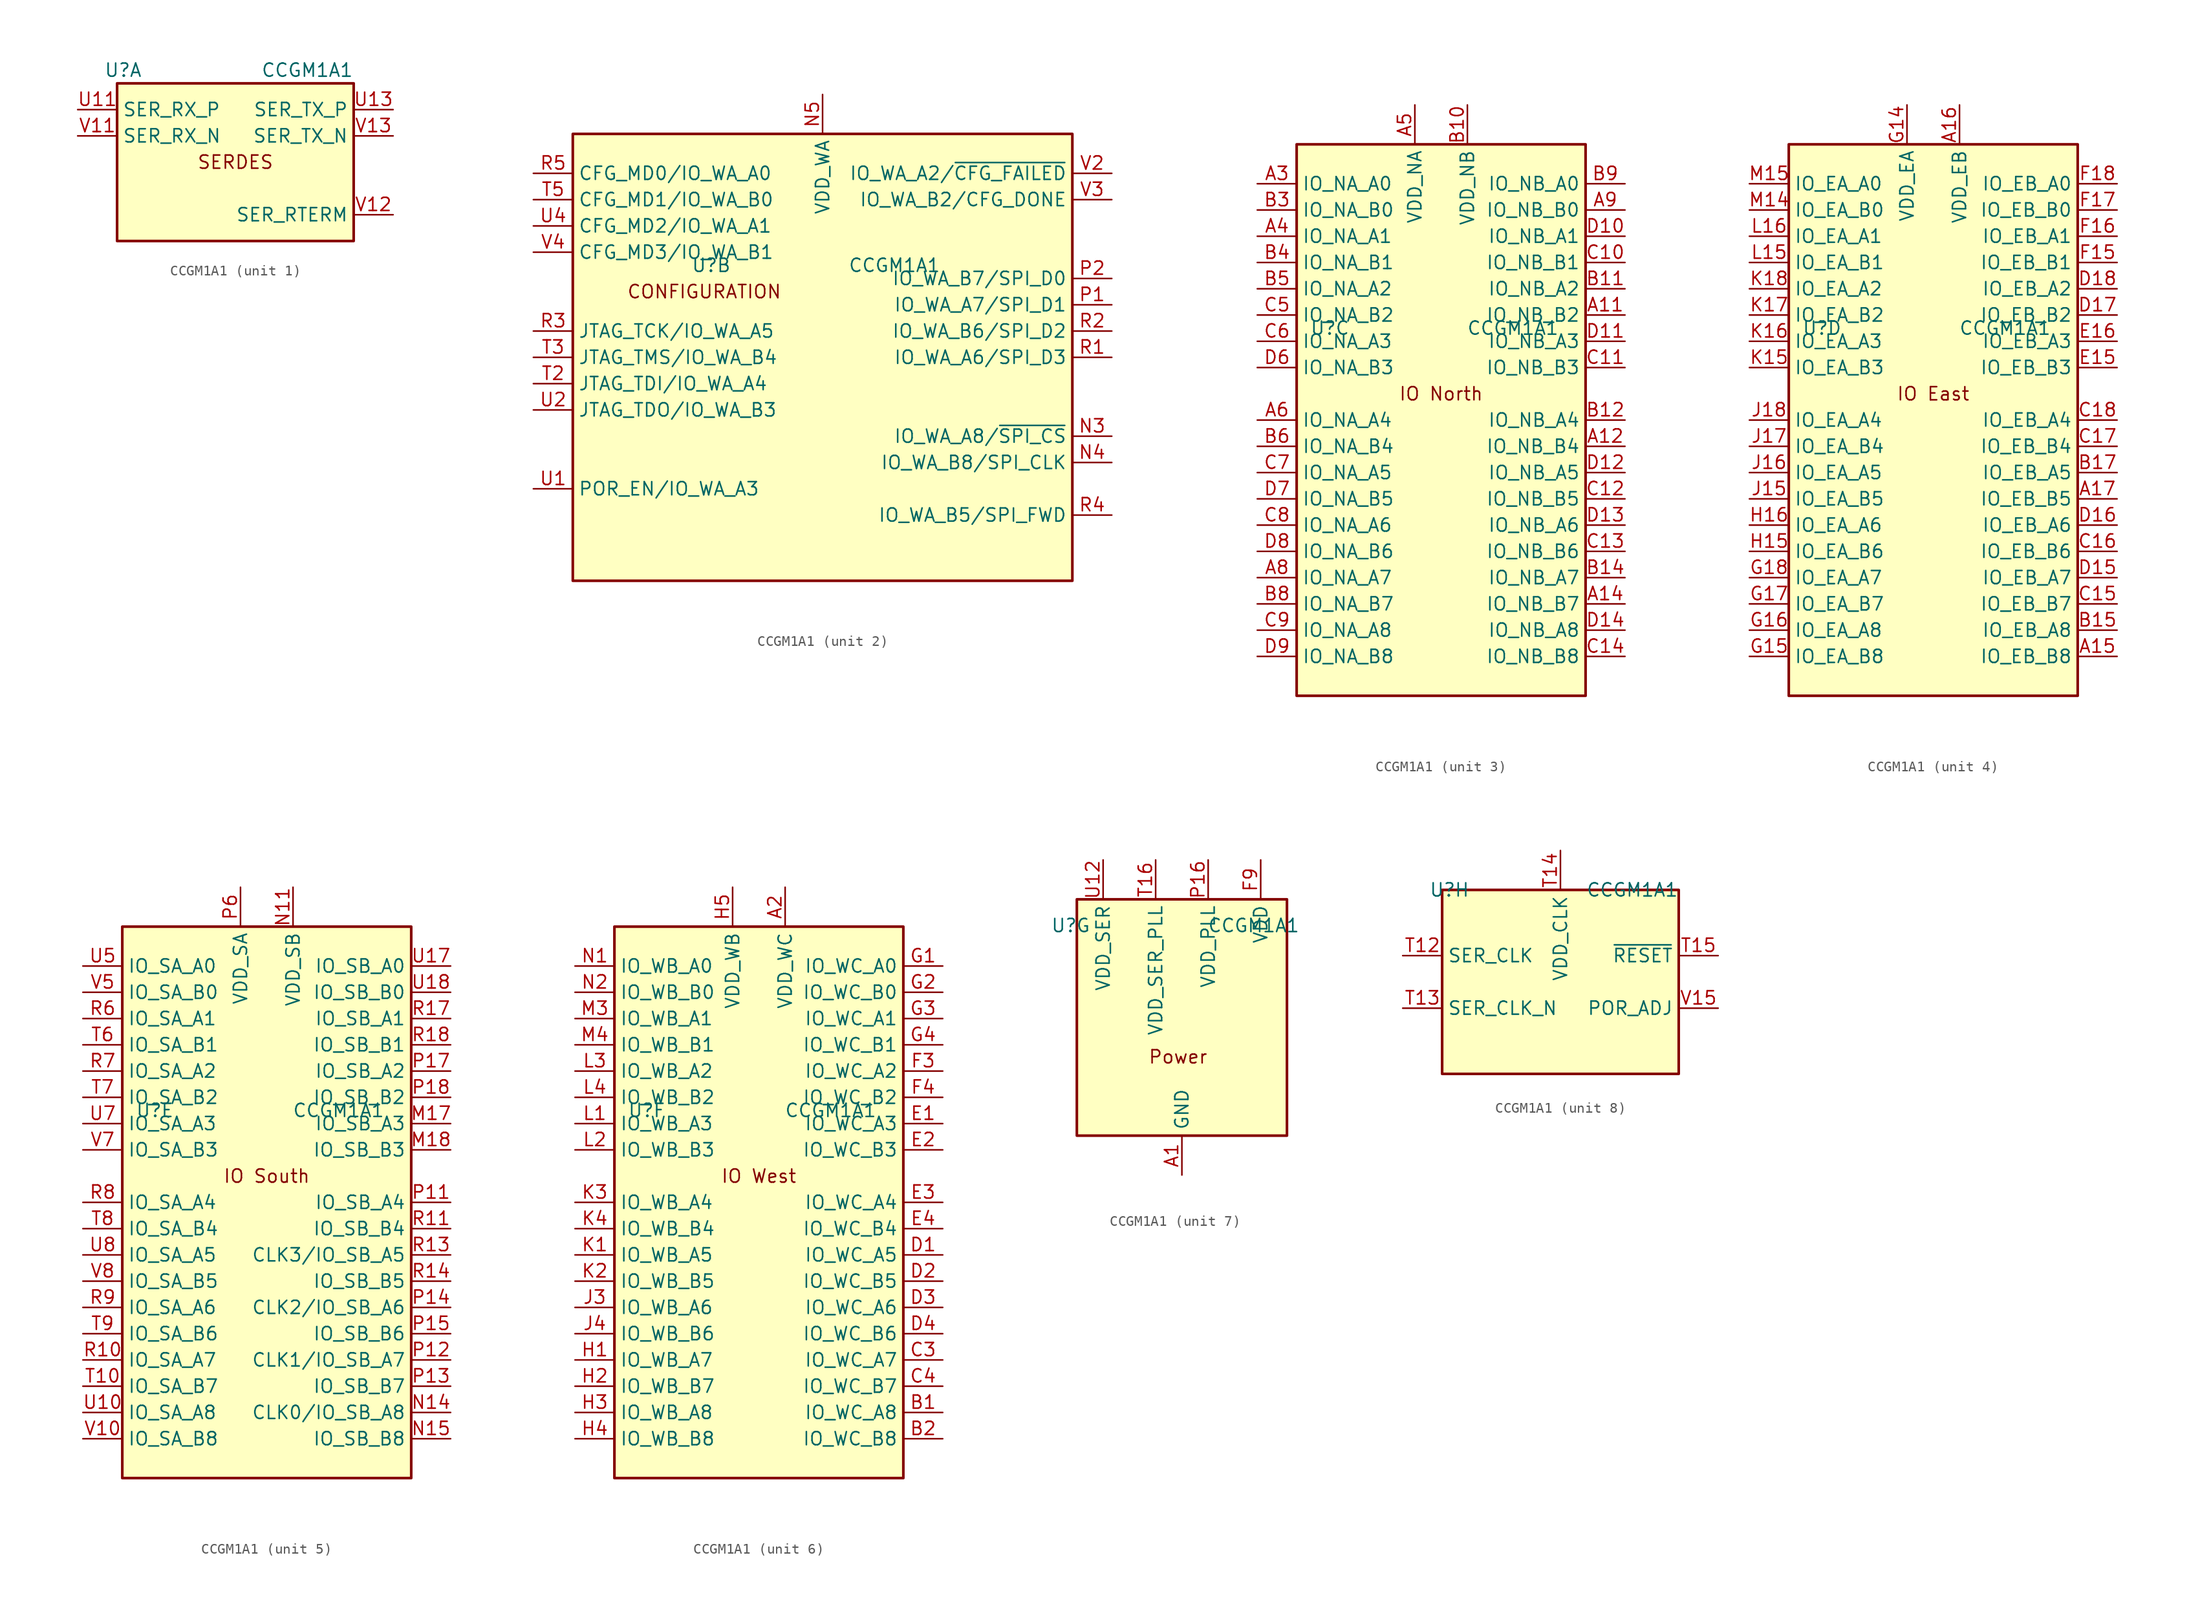
<source format=kicad_sym>
(kicad_symbol_lib
  (version 20241209)
  (generator "kicad_symbol_editor")
  (generator_version "9.0")
  (symbol "CCGM1A1"
    (property "Reference" "U"
      (at -12.7 8.89 0)
      (effects (font (size 1.27 1.27)) (justify left)))
    (property "Value" "CCGM1A1"
      (at 11.43 8.89 0)
      (effects (font (size 1.27 1.27)) (justify right)))
    (property "ki_locked" ""
      (at 0 0 0)
      (effects (font (size 1.27 1.27))))
    (symbol "CCGM1A1_1_1"
      (rectangle (start -11.43 7.62) (end 11.43 -7.62) (stroke (width 0.254) (type default)) (fill (type background)))
      (text "SERDES" (at 0 0 0) (effects (font (size 1.27 1.27))))
      (pin input line (at -15.24 5.08 0) (length 3.81) (name "SER_RX_P" (effects (font (size 1.27 1.27)))) (number "U11" (effects (font (size 1.27 1.27)))))
      (pin input line (at -15.24 2.54 0) (length 3.81) (name "SER_RX_N" (effects (font (size 1.27 1.27)))) (number "V11" (effects (font (size 1.27 1.27)))))
      (pin output line (at 15.24 5.08 180) (length 3.81) (name "SER_TX_P" (effects (font (size 1.27 1.27)))) (number "U13" (effects (font (size 1.27 1.27)))))
      (pin output line (at 15.24 2.54 180) (length 3.81) (name "SER_TX_N" (effects (font (size 1.27 1.27)))) (number "V13" (effects (font (size 1.27 1.27)))))
      (pin passive line (at 15.24 -5.08 180) (length 3.81) (name "SER_RTERM" (effects (font (size 1.27 1.27)))) (number "V12" (effects (font (size 1.27 1.27))))))
    (symbol "CCGM1A1_2_1"
      (rectangle (start 24.13 21.59) (end -24.13 -21.59) (stroke (width 0.254) (type default)) (fill (type background)))
      (text "CONFIGURATION" (at -11.43 6.35 0) (effects (font (size 1.27 1.27))))
      (pin bidirectional line (at -27.94 17.78 0) (length 3.81) (name "CFG_MD0/IO_WA_A0" (effects (font (size 1.27 1.27)))) (number "R5" (effects (font (size 1.27 1.27)))))
      (pin bidirectional line (at -27.94 15.24 0) (length 3.81) (name "CFG_MD1/IO_WA_B0" (effects (font (size 1.27 1.27)))) (number "T5" (effects (font (size 1.27 1.27)))))
      (pin bidirectional line (at -27.94 12.7 0) (length 3.81) (name "CFG_MD2/IO_WA_A1" (effects (font (size 1.27 1.27)))) (number "U4" (effects (font (size 1.27 1.27)))))
      (pin bidirectional line (at -27.94 10.16 0) (length 3.81) (name "CFG_MD3/IO_WA_B1" (effects (font (size 1.27 1.27)))) (number "V4" (effects (font (size 1.27 1.27)))))
      (pin bidirectional line (at -27.94 2.54 0) (length 3.81) (name "JTAG_TCK/IO_WA_A5" (effects (font (size 1.27 1.27)))) (number "R3" (effects (font (size 1.27 1.27)))))
      (pin bidirectional line (at -27.94 0 0) (length 3.81) (name "JTAG_TMS/IO_WA_B4" (effects (font (size 1.27 1.27)))) (number "T3" (effects (font (size 1.27 1.27)))))
      (pin bidirectional line (at -27.94 -2.54 0) (length 3.81) (name "JTAG_TDI/IO_WA_A4" (effects (font (size 1.27 1.27)))) (number "T2" (effects (font (size 1.27 1.27)))))
      (pin bidirectional line (at -27.94 -5.08 0) (length 3.81) (name "JTAG_TDO/IO_WA_B3" (effects (font (size 1.27 1.27)))) (number "U2" (effects (font (size 1.27 1.27)))))
      (pin bidirectional line (at -27.94 -12.7 0) (length 3.81) (name "POR_EN/IO_WA_A3" (effects (font (size 1.27 1.27)))) (number "U1" (effects (font (size 1.27 1.27)))))
      (pin power_in line (at 0 25.4 270) (length 3.81) (name "VDD_WA" (effects (font (size 1.27 1.27)))) (number "N5" (effects (font (size 1.27 1.27)))))
      (pin passive line (at 0 25.4 270) (length 3.81) (hide yes) (name "VDD_WA" (effects (font (size 1.27 1.27)))) (number "P3" (effects (font (size 1.27 1.27)))))
      (pin passive line (at 0 25.4 270) (length 3.81) (hide yes) (name "VDD_WA" (effects (font (size 1.27 1.27)))) (number "P5" (effects (font (size 1.27 1.27)))))
      (pin passive line (at 0 25.4 270) (length 3.81) (hide yes) (name "VDD_WA" (effects (font (size 1.27 1.27)))) (number "T1" (effects (font (size 1.27 1.27)))))
      (pin passive line (at 0 25.4 270) (length 3.81) (hide yes) (name "VDD_WA" (effects (font (size 1.27 1.27)))) (number "U3" (effects (font (size 1.27 1.27)))))
      (pin bidirectional line (at 27.94 17.78 180) (length 3.81) (name "IO_WA_A2/~{CFG_FAILED}" (effects (font (size 1.27 1.27)))) (number "V2" (effects (font (size 1.27 1.27)))))
      (pin bidirectional line (at 27.94 15.24 180) (length 3.81) (name "IO_WA_B2/CFG_DONE" (effects (font (size 1.27 1.27)))) (number "V3" (effects (font (size 1.27 1.27)))))
      (pin bidirectional line (at 27.94 7.62 180) (length 3.81) (name "IO_WA_B7/SPI_D0" (effects (font (size 1.27 1.27)))) (number "P2" (effects (font (size 1.27 1.27)))))
      (pin bidirectional line (at 27.94 5.08 180) (length 3.81) (name "IO_WA_A7/SPI_D1" (effects (font (size 1.27 1.27)))) (number "P1" (effects (font (size 1.27 1.27)))))
      (pin bidirectional line (at 27.94 2.54 180) (length 3.81) (name "IO_WA_B6/SPI_D2" (effects (font (size 1.27 1.27)))) (number "R2" (effects (font (size 1.27 1.27)))))
      (pin bidirectional line (at 27.94 0 180) (length 3.81) (name "IO_WA_A6/SPI_D3" (effects (font (size 1.27 1.27)))) (number "R1" (effects (font (size 1.27 1.27)))))
      (pin bidirectional line (at 27.94 -7.62 180) (length 3.81) (name "IO_WA_A8/~{SPI_CS}" (effects (font (size 1.27 1.27)))) (number "N3" (effects (font (size 1.27 1.27)))))
      (pin bidirectional line (at 27.94 -10.16 180) (length 3.81) (name "IO_WA_B8/SPI_CLK" (effects (font (size 1.27 1.27)))) (number "N4" (effects (font (size 1.27 1.27)))))
      (pin bidirectional line (at 27.94 -15.24 180) (length 3.81) (name "IO_WA_B5/SPI_FWD" (effects (font (size 1.27 1.27)))) (number "R4" (effects (font (size 1.27 1.27))))))
    (symbol "CCGM1A1_3_1"
      (rectangle (start -13.97 -26.67) (end 13.97 26.67) (stroke (width 0.254) (type default)) (fill (type background)))
      (text "IO North" (at 0 2.54 0) (effects (font (size 1.27 1.27))))
      (pin bidirectional line (at -17.78 22.86 0) (length 3.81) (name "IO_NA_A0" (effects (font (size 1.27 1.27)))) (number "A3" (effects (font (size 1.27 1.27)))))
      (pin bidirectional line (at -17.78 20.32 0) (length 3.81) (name "IO_NA_B0" (effects (font (size 1.27 1.27)))) (number "B3" (effects (font (size 1.27 1.27)))))
      (pin bidirectional line (at -17.78 17.78 0) (length 3.81) (name "IO_NA_A1" (effects (font (size 1.27 1.27)))) (number "A4" (effects (font (size 1.27 1.27)))))
      (pin bidirectional line (at -17.78 15.24 0) (length 3.81) (name "IO_NA_B1" (effects (font (size 1.27 1.27)))) (number "B4" (effects (font (size 1.27 1.27)))))
      (pin bidirectional line (at -17.78 12.7 0) (length 3.81) (name "IO_NA_A2" (effects (font (size 1.27 1.27)))) (number "B5" (effects (font (size 1.27 1.27)))))
      (pin bidirectional line (at -17.78 10.16 0) (length 3.81) (name "IO_NA_B2" (effects (font (size 1.27 1.27)))) (number "C5" (effects (font (size 1.27 1.27)))))
      (pin bidirectional line (at -17.78 7.62 0) (length 3.81) (name "IO_NA_A3" (effects (font (size 1.27 1.27)))) (number "C6" (effects (font (size 1.27 1.27)))))
      (pin bidirectional line (at -17.78 5.08 0) (length 3.81) (name "IO_NA_B3" (effects (font (size 1.27 1.27)))) (number "D6" (effects (font (size 1.27 1.27)))))
      (pin bidirectional line (at -17.78 0 0) (length 3.81) (name "IO_NA_A4" (effects (font (size 1.27 1.27)))) (number "A6" (effects (font (size 1.27 1.27)))))
      (pin bidirectional line (at -17.78 -2.54 0) (length 3.81) (name "IO_NA_B4" (effects (font (size 1.27 1.27)))) (number "B6" (effects (font (size 1.27 1.27)))))
      (pin bidirectional line (at -17.78 -5.08 0) (length 3.81) (name "IO_NA_A5" (effects (font (size 1.27 1.27)))) (number "C7" (effects (font (size 1.27 1.27)))))
      (pin bidirectional line (at -17.78 -7.62 0) (length 3.81) (name "IO_NA_B5" (effects (font (size 1.27 1.27)))) (number "D7" (effects (font (size 1.27 1.27)))))
      (pin bidirectional line (at -17.78 -10.16 0) (length 3.81) (name "IO_NA_A6" (effects (font (size 1.27 1.27)))) (number "C8" (effects (font (size 1.27 1.27)))))
      (pin bidirectional line (at -17.78 -12.7 0) (length 3.81) (name "IO_NA_B6" (effects (font (size 1.27 1.27)))) (number "D8" (effects (font (size 1.27 1.27)))))
      (pin bidirectional line (at -17.78 -15.24 0) (length 3.81) (name "IO_NA_A7" (effects (font (size 1.27 1.27)))) (number "A8" (effects (font (size 1.27 1.27)))))
      (pin bidirectional line (at -17.78 -17.78 0) (length 3.81) (name "IO_NA_B7" (effects (font (size 1.27 1.27)))) (number "B8" (effects (font (size 1.27 1.27)))))
      (pin bidirectional line (at -17.78 -20.32 0) (length 3.81) (name "IO_NA_A8" (effects (font (size 1.27 1.27)))) (number "C9" (effects (font (size 1.27 1.27)))))
      (pin bidirectional line (at -17.78 -22.86 0) (length 3.81) (name "IO_NA_B8" (effects (font (size 1.27 1.27)))) (number "D9" (effects (font (size 1.27 1.27)))))
      (pin power_in line (at -2.54 30.48 270) (length 3.81) (name "VDD_NA" (effects (font (size 1.27 1.27)))) (number "A5" (effects (font (size 1.27 1.27)))))
      (pin passive line (at -2.54 30.48 270) (length 3.81) (hide yes) (name "VDD_NA" (effects (font (size 1.27 1.27)))) (number "B7" (effects (font (size 1.27 1.27)))))
      (pin passive line (at -2.54 30.48 270) (length 3.81) (hide yes) (name "VDD_NA" (effects (font (size 1.27 1.27)))) (number "E6" (effects (font (size 1.27 1.27)))))
      (pin passive line (at -2.54 30.48 270) (length 3.81) (hide yes) (name "VDD_NA" (effects (font (size 1.27 1.27)))) (number "E8" (effects (font (size 1.27 1.27)))))
      (pin passive line (at -2.54 30.48 270) (length 3.81) (hide yes) (name "VDD_NA" (effects (font (size 1.27 1.27)))) (number "F7" (effects (font (size 1.27 1.27)))))
      (pin power_in line (at 2.54 30.48 270) (length 3.81) (name "VDD_NB" (effects (font (size 1.27 1.27)))) (number "B10" (effects (font (size 1.27 1.27)))))
      (pin passive line (at 2.54 30.48 270) (length 3.81) (hide yes) (name "VDD_NB" (effects (font (size 1.27 1.27)))) (number "B13" (effects (font (size 1.27 1.27)))))
      (pin passive line (at 2.54 30.48 270) (length 3.81) (hide yes) (name "VDD_NB" (effects (font (size 1.27 1.27)))) (number "E10" (effects (font (size 1.27 1.27)))))
      (pin passive line (at 2.54 30.48 270) (length 3.81) (hide yes) (name "VDD_NB" (effects (font (size 1.27 1.27)))) (number "E12" (effects (font (size 1.27 1.27)))))
      (pin passive line (at 2.54 30.48 270) (length 3.81) (hide yes) (name "VDD_NB" (effects (font (size 1.27 1.27)))) (number "F11" (effects (font (size 1.27 1.27)))))
      (pin bidirectional line (at 17.78 22.86 180) (length 3.81) (name "IO_NB_A0" (effects (font (size 1.27 1.27)))) (number "B9" (effects (font (size 1.27 1.27)))))
      (pin bidirectional line (at 17.78 20.32 180) (length 3.81) (name "IO_NB_B0" (effects (font (size 1.27 1.27)))) (number "A9" (effects (font (size 1.27 1.27)))))
      (pin bidirectional line (at 17.78 17.78 180) (length 3.81) (name "IO_NB_A1" (effects (font (size 1.27 1.27)))) (number "D10" (effects (font (size 1.27 1.27)))))
      (pin bidirectional line (at 17.78 15.24 180) (length 3.81) (name "IO_NB_B1" (effects (font (size 1.27 1.27)))) (number "C10" (effects (font (size 1.27 1.27)))))
      (pin bidirectional line (at 17.78 12.7 180) (length 3.81) (name "IO_NB_A2" (effects (font (size 1.27 1.27)))) (number "B11" (effects (font (size 1.27 1.27)))))
      (pin bidirectional line (at 17.78 10.16 180) (length 3.81) (name "IO_NB_B2" (effects (font (size 1.27 1.27)))) (number "A11" (effects (font (size 1.27 1.27)))))
      (pin bidirectional line (at 17.78 7.62 180) (length 3.81) (name "IO_NB_A3" (effects (font (size 1.27 1.27)))) (number "D11" (effects (font (size 1.27 1.27)))))
      (pin bidirectional line (at 17.78 5.08 180) (length 3.81) (name "IO_NB_B3" (effects (font (size 1.27 1.27)))) (number "C11" (effects (font (size 1.27 1.27)))))
      (pin bidirectional line (at 17.78 0 180) (length 3.81) (name "IO_NB_A4" (effects (font (size 1.27 1.27)))) (number "B12" (effects (font (size 1.27 1.27)))))
      (pin bidirectional line (at 17.78 -2.54 180) (length 3.81) (name "IO_NB_B4" (effects (font (size 1.27 1.27)))) (number "A12" (effects (font (size 1.27 1.27)))))
      (pin bidirectional line (at 17.78 -5.08 180) (length 3.81) (name "IO_NB_A5" (effects (font (size 1.27 1.27)))) (number "D12" (effects (font (size 1.27 1.27)))))
      (pin bidirectional line (at 17.78 -7.62 180) (length 3.81) (name "IO_NB_B5" (effects (font (size 1.27 1.27)))) (number "C12" (effects (font (size 1.27 1.27)))))
      (pin bidirectional line (at 17.78 -10.16 180) (length 3.81) (name "IO_NB_A6" (effects (font (size 1.27 1.27)))) (number "D13" (effects (font (size 1.27 1.27)))))
      (pin bidirectional line (at 17.78 -12.7 180) (length 3.81) (name "IO_NB_B6" (effects (font (size 1.27 1.27)))) (number "C13" (effects (font (size 1.27 1.27)))))
      (pin bidirectional line (at 17.78 -15.24 180) (length 3.81) (name "IO_NB_A7" (effects (font (size 1.27 1.27)))) (number "B14" (effects (font (size 1.27 1.27)))))
      (pin bidirectional line (at 17.78 -17.78 180) (length 3.81) (name "IO_NB_B7" (effects (font (size 1.27 1.27)))) (number "A14" (effects (font (size 1.27 1.27)))))
      (pin bidirectional line (at 17.78 -20.32 180) (length 3.81) (name "IO_NB_A8" (effects (font (size 1.27 1.27)))) (number "D14" (effects (font (size 1.27 1.27)))))
      (pin bidirectional line (at 17.78 -22.86 180) (length 3.81) (name "IO_NB_B8" (effects (font (size 1.27 1.27)))) (number "C14" (effects (font (size 1.27 1.27))))))
    (symbol "CCGM1A1_4_1"
      (rectangle (start -13.97 -26.67) (end 13.97 26.67) (stroke (width 0.254) (type default)) (fill (type background)))
      (text "IO East" (at 0 2.54 0) (effects (font (size 1.27 1.27))))
      (pin bidirectional line (at -17.78 22.86 0) (length 3.81) (name "IO_EA_A0" (effects (font (size 1.27 1.27)))) (number "M15" (effects (font (size 1.27 1.27)))))
      (pin bidirectional line (at -17.78 20.32 0) (length 3.81) (name "IO_EA_B0" (effects (font (size 1.27 1.27)))) (number "M14" (effects (font (size 1.27 1.27)))))
      (pin bidirectional line (at -17.78 17.78 0) (length 3.81) (name "IO_EA_A1" (effects (font (size 1.27 1.27)))) (number "L16" (effects (font (size 1.27 1.27)))))
      (pin bidirectional line (at -17.78 15.24 0) (length 3.81) (name "IO_EA_B1" (effects (font (size 1.27 1.27)))) (number "L15" (effects (font (size 1.27 1.27)))))
      (pin bidirectional line (at -17.78 12.7 0) (length 3.81) (name "IO_EA_A2" (effects (font (size 1.27 1.27)))) (number "K18" (effects (font (size 1.27 1.27)))))
      (pin bidirectional line (at -17.78 10.16 0) (length 3.81) (name "IO_EA_B2" (effects (font (size 1.27 1.27)))) (number "K17" (effects (font (size 1.27 1.27)))))
      (pin bidirectional line (at -17.78 7.62 0) (length 3.81) (name "IO_EA_A3" (effects (font (size 1.27 1.27)))) (number "K16" (effects (font (size 1.27 1.27)))))
      (pin bidirectional line (at -17.78 5.08 0) (length 3.81) (name "IO_EA_B3" (effects (font (size 1.27 1.27)))) (number "K15" (effects (font (size 1.27 1.27)))))
      (pin bidirectional line (at -17.78 0 0) (length 3.81) (name "IO_EA_A4" (effects (font (size 1.27 1.27)))) (number "J18" (effects (font (size 1.27 1.27)))))
      (pin bidirectional line (at -17.78 -2.54 0) (length 3.81) (name "IO_EA_B4" (effects (font (size 1.27 1.27)))) (number "J17" (effects (font (size 1.27 1.27)))))
      (pin bidirectional line (at -17.78 -5.08 0) (length 3.81) (name "IO_EA_A5" (effects (font (size 1.27 1.27)))) (number "J16" (effects (font (size 1.27 1.27)))))
      (pin bidirectional line (at -17.78 -7.62 0) (length 3.81) (name "IO_EA_B5" (effects (font (size 1.27 1.27)))) (number "J15" (effects (font (size 1.27 1.27)))))
      (pin bidirectional line (at -17.78 -10.16 0) (length 3.81) (name "IO_EA_A6" (effects (font (size 1.27 1.27)))) (number "H16" (effects (font (size 1.27 1.27)))))
      (pin bidirectional line (at -17.78 -12.7 0) (length 3.81) (name "IO_EA_B6" (effects (font (size 1.27 1.27)))) (number "H15" (effects (font (size 1.27 1.27)))))
      (pin bidirectional line (at -17.78 -15.24 0) (length 3.81) (name "IO_EA_A7" (effects (font (size 1.27 1.27)))) (number "G18" (effects (font (size 1.27 1.27)))))
      (pin bidirectional line (at -17.78 -17.78 0) (length 3.81) (name "IO_EA_B7" (effects (font (size 1.27 1.27)))) (number "G17" (effects (font (size 1.27 1.27)))))
      (pin bidirectional line (at -17.78 -20.32 0) (length 3.81) (name "IO_EA_A8" (effects (font (size 1.27 1.27)))) (number "G16" (effects (font (size 1.27 1.27)))))
      (pin bidirectional line (at -17.78 -22.86 0) (length 3.81) (name "IO_EA_B8" (effects (font (size 1.27 1.27)))) (number "G15" (effects (font (size 1.27 1.27)))))
      (pin power_in line (at -2.54 30.48 270) (length 3.81) (name "VDD_EA" (effects (font (size 1.27 1.27)))) (number "G14" (effects (font (size 1.27 1.27)))))
      (pin passive line (at -2.54 30.48 270) (length 3.81) (hide yes) (name "VDD_EA" (effects (font (size 1.27 1.27)))) (number "H17" (effects (font (size 1.27 1.27)))))
      (pin passive line (at -2.54 30.48 270) (length 3.81) (hide yes) (name "VDD_EA" (effects (font (size 1.27 1.27)))) (number "J14" (effects (font (size 1.27 1.27)))))
      (pin passive line (at -2.54 30.48 270) (length 3.81) (hide yes) (name "VDD_EA" (effects (font (size 1.27 1.27)))) (number "L14" (effects (font (size 1.27 1.27)))))
      (pin passive line (at -2.54 30.48 270) (length 3.81) (hide yes) (name "VDD_EA" (effects (font (size 1.27 1.27)))) (number "L17" (effects (font (size 1.27 1.27)))))
      (pin power_in line (at 2.54 30.48 270) (length 3.81) (name "VDD_EB" (effects (font (size 1.27 1.27)))) (number "A16" (effects (font (size 1.27 1.27)))))
      (pin passive line (at 2.54 30.48 270) (length 3.81) (hide yes) (name "VDD_EB" (effects (font (size 1.27 1.27)))) (number "B18" (effects (font (size 1.27 1.27)))))
      (pin passive line (at 2.54 30.48 270) (length 3.81) (hide yes) (name "VDD_EB" (effects (font (size 1.27 1.27)))) (number "E14" (effects (font (size 1.27 1.27)))))
      (pin passive line (at 2.54 30.48 270) (length 3.81) (hide yes) (name "VDD_EB" (effects (font (size 1.27 1.27)))) (number "E17" (effects (font (size 1.27 1.27)))))
      (pin passive line (at 2.54 30.48 270) (length 3.81) (hide yes) (name "VDD_EB" (effects (font (size 1.27 1.27)))) (number "F13" (effects (font (size 1.27 1.27)))))
      (pin bidirectional line (at 17.78 22.86 180) (length 3.81) (name "IO_EB_A0" (effects (font (size 1.27 1.27)))) (number "F18" (effects (font (size 1.27 1.27)))))
      (pin bidirectional line (at 17.78 20.32 180) (length 3.81) (name "IO_EB_B0" (effects (font (size 1.27 1.27)))) (number "F17" (effects (font (size 1.27 1.27)))))
      (pin bidirectional line (at 17.78 17.78 180) (length 3.81) (name "IO_EB_A1" (effects (font (size 1.27 1.27)))) (number "F16" (effects (font (size 1.27 1.27)))))
      (pin bidirectional line (at 17.78 15.24 180) (length 3.81) (name "IO_EB_B1" (effects (font (size 1.27 1.27)))) (number "F15" (effects (font (size 1.27 1.27)))))
      (pin bidirectional line (at 17.78 12.7 180) (length 3.81) (name "IO_EB_A2" (effects (font (size 1.27 1.27)))) (number "D18" (effects (font (size 1.27 1.27)))))
      (pin bidirectional line (at 17.78 10.16 180) (length 3.81) (name "IO_EB_B2" (effects (font (size 1.27 1.27)))) (number "D17" (effects (font (size 1.27 1.27)))))
      (pin bidirectional line (at 17.78 7.62 180) (length 3.81) (name "IO_EB_A3" (effects (font (size 1.27 1.27)))) (number "E16" (effects (font (size 1.27 1.27)))))
      (pin bidirectional line (at 17.78 5.08 180) (length 3.81) (name "IO_EB_B3" (effects (font (size 1.27 1.27)))) (number "E15" (effects (font (size 1.27 1.27)))))
      (pin bidirectional line (at 17.78 0 180) (length 3.81) (name "IO_EB_A4" (effects (font (size 1.27 1.27)))) (number "C18" (effects (font (size 1.27 1.27)))))
      (pin bidirectional line (at 17.78 -2.54 180) (length 3.81) (name "IO_EB_B4" (effects (font (size 1.27 1.27)))) (number "C17" (effects (font (size 1.27 1.27)))))
      (pin bidirectional line (at 17.78 -5.08 180) (length 3.81) (name "IO_EB_A5" (effects (font (size 1.27 1.27)))) (number "B17" (effects (font (size 1.27 1.27)))))
      (pin bidirectional line (at 17.78 -7.62 180) (length 3.81) (name "IO_EB_B5" (effects (font (size 1.27 1.27)))) (number "A17" (effects (font (size 1.27 1.27)))))
      (pin bidirectional line (at 17.78 -10.16 180) (length 3.81) (name "IO_EB_A6" (effects (font (size 1.27 1.27)))) (number "D16" (effects (font (size 1.27 1.27)))))
      (pin bidirectional line (at 17.78 -12.7 180) (length 3.81) (name "IO_EB_B6" (effects (font (size 1.27 1.27)))) (number "C16" (effects (font (size 1.27 1.27)))))
      (pin bidirectional line (at 17.78 -15.24 180) (length 3.81) (name "IO_EB_A7" (effects (font (size 1.27 1.27)))) (number "D15" (effects (font (size 1.27 1.27)))))
      (pin bidirectional line (at 17.78 -17.78 180) (length 3.81) (name "IO_EB_B7" (effects (font (size 1.27 1.27)))) (number "C15" (effects (font (size 1.27 1.27)))))
      (pin bidirectional line (at 17.78 -20.32 180) (length 3.81) (name "IO_EB_A8" (effects (font (size 1.27 1.27)))) (number "B15" (effects (font (size 1.27 1.27)))))
      (pin bidirectional line (at 17.78 -22.86 180) (length 3.81) (name "IO_EB_B8" (effects (font (size 1.27 1.27)))) (number "A15" (effects (font (size 1.27 1.27))))))
    (symbol "CCGM1A1_5_1"
      (rectangle (start -13.97 -26.67) (end 13.97 26.67) (stroke (width 0.254) (type default)) (fill (type background)))
      (text "IO South" (at 0 2.54 0) (effects (font (size 1.27 1.27))))
      (pin bidirectional line (at -17.78 22.86 0) (length 3.81) (name "IO_SA_A0" (effects (font (size 1.27 1.27)))) (number "U5" (effects (font (size 1.27 1.27)))))
      (pin bidirectional line (at -17.78 20.32 0) (length 3.81) (name "IO_SA_B0" (effects (font (size 1.27 1.27)))) (number "V5" (effects (font (size 1.27 1.27)))))
      (pin bidirectional line (at -17.78 17.78 0) (length 3.81) (name "IO_SA_A1" (effects (font (size 1.27 1.27)))) (number "R6" (effects (font (size 1.27 1.27)))))
      (pin bidirectional line (at -17.78 15.24 0) (length 3.81) (name "IO_SA_B1" (effects (font (size 1.27 1.27)))) (number "T6" (effects (font (size 1.27 1.27)))))
      (pin bidirectional line (at -17.78 12.7 0) (length 3.81) (name "IO_SA_A2" (effects (font (size 1.27 1.27)))) (number "R7" (effects (font (size 1.27 1.27)))))
      (pin bidirectional line (at -17.78 10.16 0) (length 3.81) (name "IO_SA_B2" (effects (font (size 1.27 1.27)))) (number "T7" (effects (font (size 1.27 1.27)))))
      (pin bidirectional line (at -17.78 7.62 0) (length 3.81) (name "IO_SA_A3" (effects (font (size 1.27 1.27)))) (number "U7" (effects (font (size 1.27 1.27)))))
      (pin bidirectional line (at -17.78 5.08 0) (length 3.81) (name "IO_SA_B3" (effects (font (size 1.27 1.27)))) (number "V7" (effects (font (size 1.27 1.27)))))
      (pin bidirectional line (at -17.78 0 0) (length 3.81) (name "IO_SA_A4" (effects (font (size 1.27 1.27)))) (number "R8" (effects (font (size 1.27 1.27)))))
      (pin bidirectional line (at -17.78 -2.54 0) (length 3.81) (name "IO_SA_B4" (effects (font (size 1.27 1.27)))) (number "T8" (effects (font (size 1.27 1.27)))))
      (pin bidirectional line (at -17.78 -5.08 0) (length 3.81) (name "IO_SA_A5" (effects (font (size 1.27 1.27)))) (number "U8" (effects (font (size 1.27 1.27)))))
      (pin bidirectional line (at -17.78 -7.62 0) (length 3.81) (name "IO_SA_B5" (effects (font (size 1.27 1.27)))) (number "V8" (effects (font (size 1.27 1.27)))))
      (pin bidirectional line (at -17.78 -10.16 0) (length 3.81) (name "IO_SA_A6" (effects (font (size 1.27 1.27)))) (number "R9" (effects (font (size 1.27 1.27)))))
      (pin bidirectional line (at -17.78 -12.7 0) (length 3.81) (name "IO_SA_B6" (effects (font (size 1.27 1.27)))) (number "T9" (effects (font (size 1.27 1.27)))))
      (pin bidirectional line (at -17.78 -15.24 0) (length 3.81) (name "IO_SA_A7" (effects (font (size 1.27 1.27)))) (number "R10" (effects (font (size 1.27 1.27)))))
      (pin bidirectional line (at -17.78 -17.78 0) (length 3.81) (name "IO_SA_B7" (effects (font (size 1.27 1.27)))) (number "T10" (effects (font (size 1.27 1.27)))))
      (pin bidirectional line (at -17.78 -20.32 0) (length 3.81) (name "IO_SA_A8" (effects (font (size 1.27 1.27)))) (number "U10" (effects (font (size 1.27 1.27)))))
      (pin bidirectional line (at -17.78 -22.86 0) (length 3.81) (name "IO_SA_B8" (effects (font (size 1.27 1.27)))) (number "V10" (effects (font (size 1.27 1.27)))))
      (pin passive line (at -2.54 30.48 270) (length 3.81) (hide yes) (name "VDD_SA" (effects (font (size 1.27 1.27)))) (number "P10" (effects (font (size 1.27 1.27)))))
      (pin power_in line (at -2.54 30.48 270) (length 3.81) (name "VDD_SA" (effects (font (size 1.27 1.27)))) (number "P6" (effects (font (size 1.27 1.27)))))
      (pin passive line (at -2.54 30.48 270) (length 3.81) (hide yes) (name "VDD_SA" (effects (font (size 1.27 1.27)))) (number "P8" (effects (font (size 1.27 1.27)))))
      (pin passive line (at -2.54 30.48 270) (length 3.81) (hide yes) (name "VDD_SA" (effects (font (size 1.27 1.27)))) (number "U6" (effects (font (size 1.27 1.27)))))
      (pin passive line (at -2.54 30.48 270) (length 3.81) (hide yes) (name "VDD_SA" (effects (font (size 1.27 1.27)))) (number "U9" (effects (font (size 1.27 1.27)))))
      (pin power_in line (at 2.54 30.48 270) (length 3.81) (name "VDD_SB" (effects (font (size 1.27 1.27)))) (number "N11" (effects (font (size 1.27 1.27)))))
      (pin passive line (at 2.54 30.48 270) (length 3.81) (hide yes) (name "VDD_SB" (effects (font (size 1.27 1.27)))) (number "N13" (effects (font (size 1.27 1.27)))))
      (pin passive line (at 2.54 30.48 270) (length 3.81) (hide yes) (name "VDD_SB" (effects (font (size 1.27 1.27)))) (number "N18" (effects (font (size 1.27 1.27)))))
      (pin passive line (at 2.54 30.48 270) (length 3.81) (hide yes) (name "VDD_SB" (effects (font (size 1.27 1.27)))) (number "R15" (effects (font (size 1.27 1.27)))))
      (pin passive line (at 2.54 30.48 270) (length 3.81) (hide yes) (name "VDD_SB" (effects (font (size 1.27 1.27)))) (number "T18" (effects (font (size 1.27 1.27)))))
      (pin bidirectional line (at 17.78 22.86 180) (length 3.81) (name "IO_SB_A0" (effects (font (size 1.27 1.27)))) (number "U17" (effects (font (size 1.27 1.27)))))
      (pin bidirectional line (at 17.78 20.32 180) (length 3.81) (name "IO_SB_B0" (effects (font (size 1.27 1.27)))) (number "U18" (effects (font (size 1.27 1.27)))))
      (pin bidirectional line (at 17.78 17.78 180) (length 3.81) (name "IO_SB_A1" (effects (font (size 1.27 1.27)))) (number "R17" (effects (font (size 1.27 1.27)))))
      (pin bidirectional line (at 17.78 15.24 180) (length 3.81) (name "IO_SB_B1" (effects (font (size 1.27 1.27)))) (number "R18" (effects (font (size 1.27 1.27)))))
      (pin bidirectional line (at 17.78 12.7 180) (length 3.81) (name "IO_SB_A2" (effects (font (size 1.27 1.27)))) (number "P17" (effects (font (size 1.27 1.27)))))
      (pin bidirectional line (at 17.78 10.16 180) (length 3.81) (name "IO_SB_B2" (effects (font (size 1.27 1.27)))) (number "P18" (effects (font (size 1.27 1.27)))))
      (pin bidirectional line (at 17.78 7.62 180) (length 3.81) (name "IO_SB_A3" (effects (font (size 1.27 1.27)))) (number "M17" (effects (font (size 1.27 1.27)))))
      (pin bidirectional line (at 17.78 5.08 180) (length 3.81) (name "IO_SB_B3" (effects (font (size 1.27 1.27)))) (number "M18" (effects (font (size 1.27 1.27)))))
      (pin bidirectional line (at 17.78 0 180) (length 3.81) (name "IO_SB_A4" (effects (font (size 1.27 1.27)))) (number "P11" (effects (font (size 1.27 1.27)))))
      (pin bidirectional line (at 17.78 -2.54 180) (length 3.81) (name "IO_SB_B4" (effects (font (size 1.27 1.27)))) (number "R11" (effects (font (size 1.27 1.27)))))
      (pin bidirectional line (at 17.78 -5.08 180) (length 3.81) (name "CLK3/IO_SB_A5" (effects (font (size 1.27 1.27)))) (number "R13" (effects (font (size 1.27 1.27)))))
      (pin bidirectional line (at 17.78 -7.62 180) (length 3.81) (name "IO_SB_B5" (effects (font (size 1.27 1.27)))) (number "R14" (effects (font (size 1.27 1.27)))))
      (pin bidirectional line (at 17.78 -10.16 180) (length 3.81) (name "CLK2/IO_SB_A6" (effects (font (size 1.27 1.27)))) (number "P14" (effects (font (size 1.27 1.27)))))
      (pin bidirectional line (at 17.78 -12.7 180) (length 3.81) (name "IO_SB_B6" (effects (font (size 1.27 1.27)))) (number "P15" (effects (font (size 1.27 1.27)))))
      (pin bidirectional line (at 17.78 -15.24 180) (length 3.81) (name "CLK1/IO_SB_A7" (effects (font (size 1.27 1.27)))) (number "P12" (effects (font (size 1.27 1.27)))))
      (pin bidirectional line (at 17.78 -17.78 180) (length 3.81) (name "IO_SB_B7" (effects (font (size 1.27 1.27)))) (number "P13" (effects (font (size 1.27 1.27)))))
      (pin bidirectional line (at 17.78 -20.32 180) (length 3.81) (name "CLK0/IO_SB_A8" (effects (font (size 1.27 1.27)))) (number "N14" (effects (font (size 1.27 1.27)))))
      (pin bidirectional line (at 17.78 -22.86 180) (length 3.81) (name "IO_SB_B8" (effects (font (size 1.27 1.27)))) (number "N15" (effects (font (size 1.27 1.27))))))
    (symbol "CCGM1A1_6_1"
      (rectangle (start -13.97 -26.67) (end 13.97 26.67) (stroke (width 0.254) (type default)) (fill (type background)))
      (text "IO West" (at 0 2.54 0) (effects (font (size 1.27 1.27))))
      (pin bidirectional line (at -17.78 22.86 0) (length 3.81) (name "IO_WB_A0" (effects (font (size 1.27 1.27)))) (number "N1" (effects (font (size 1.27 1.27)))))
      (pin bidirectional line (at -17.78 20.32 0) (length 3.81) (name "IO_WB_B0" (effects (font (size 1.27 1.27)))) (number "N2" (effects (font (size 1.27 1.27)))))
      (pin bidirectional line (at -17.78 17.78 0) (length 3.81) (name "IO_WB_A1" (effects (font (size 1.27 1.27)))) (number "M3" (effects (font (size 1.27 1.27)))))
      (pin bidirectional line (at -17.78 15.24 0) (length 3.81) (name "IO_WB_B1" (effects (font (size 1.27 1.27)))) (number "M4" (effects (font (size 1.27 1.27)))))
      (pin bidirectional line (at -17.78 12.7 0) (length 3.81) (name "IO_WB_A2" (effects (font (size 1.27 1.27)))) (number "L3" (effects (font (size 1.27 1.27)))))
      (pin bidirectional line (at -17.78 10.16 0) (length 3.81) (name "IO_WB_B2" (effects (font (size 1.27 1.27)))) (number "L4" (effects (font (size 1.27 1.27)))))
      (pin bidirectional line (at -17.78 7.62 0) (length 3.81) (name "IO_WB_A3" (effects (font (size 1.27 1.27)))) (number "L1" (effects (font (size 1.27 1.27)))))
      (pin bidirectional line (at -17.78 5.08 0) (length 3.81) (name "IO_WB_B3" (effects (font (size 1.27 1.27)))) (number "L2" (effects (font (size 1.27 1.27)))))
      (pin bidirectional line (at -17.78 0 0) (length 3.81) (name "IO_WB_A4" (effects (font (size 1.27 1.27)))) (number "K3" (effects (font (size 1.27 1.27)))))
      (pin bidirectional line (at -17.78 -2.54 0) (length 3.81) (name "IO_WB_B4" (effects (font (size 1.27 1.27)))) (number "K4" (effects (font (size 1.27 1.27)))))
      (pin bidirectional line (at -17.78 -5.08 0) (length 3.81) (name "IO_WB_A5" (effects (font (size 1.27 1.27)))) (number "K1" (effects (font (size 1.27 1.27)))))
      (pin bidirectional line (at -17.78 -7.62 0) (length 3.81) (name "IO_WB_B5" (effects (font (size 1.27 1.27)))) (number "K2" (effects (font (size 1.27 1.27)))))
      (pin bidirectional line (at -17.78 -10.16 0) (length 3.81) (name "IO_WB_A6" (effects (font (size 1.27 1.27)))) (number "J3" (effects (font (size 1.27 1.27)))))
      (pin bidirectional line (at -17.78 -12.7 0) (length 3.81) (name "IO_WB_B6" (effects (font (size 1.27 1.27)))) (number "J4" (effects (font (size 1.27 1.27)))))
      (pin bidirectional line (at -17.78 -15.24 0) (length 3.81) (name "IO_WB_A7" (effects (font (size 1.27 1.27)))) (number "H1" (effects (font (size 1.27 1.27)))))
      (pin bidirectional line (at -17.78 -17.78 0) (length 3.81) (name "IO_WB_B7" (effects (font (size 1.27 1.27)))) (number "H2" (effects (font (size 1.27 1.27)))))
      (pin bidirectional line (at -17.78 -20.32 0) (length 3.81) (name "IO_WB_A8" (effects (font (size 1.27 1.27)))) (number "H3" (effects (font (size 1.27 1.27)))))
      (pin bidirectional line (at -17.78 -22.86 0) (length 3.81) (name "IO_WB_B8" (effects (font (size 1.27 1.27)))) (number "H4" (effects (font (size 1.27 1.27)))))
      (pin power_in line (at -2.54 30.48 270) (length 3.81) (name "VDD_WB" (effects (font (size 1.27 1.27)))) (number "H5" (effects (font (size 1.27 1.27)))))
      (pin passive line (at -2.54 30.48 270) (length 3.81) (hide yes) (name "VDD_WB" (effects (font (size 1.27 1.27)))) (number "J2" (effects (font (size 1.27 1.27)))))
      (pin passive line (at -2.54 30.48 270) (length 3.81) (hide yes) (name "VDD_WB" (effects (font (size 1.27 1.27)))) (number "K5" (effects (font (size 1.27 1.27)))))
      (pin passive line (at -2.54 30.48 270) (length 3.81) (hide yes) (name "VDD_WB" (effects (font (size 1.27 1.27)))) (number "M2" (effects (font (size 1.27 1.27)))))
      (pin passive line (at -2.54 30.48 270) (length 3.81) (hide yes) (name "VDD_WB" (effects (font (size 1.27 1.27)))) (number "M5" (effects (font (size 1.27 1.27)))))
      (pin power_in line (at 2.54 30.48 270) (length 3.81) (name "VDD_WC" (effects (font (size 1.27 1.27)))) (number "A2" (effects (font (size 1.27 1.27)))))
      (pin passive line (at 2.54 30.48 270) (length 3.81) (hide yes) (name "VDD_WC" (effects (font (size 1.27 1.27)))) (number "C2" (effects (font (size 1.27 1.27)))))
      (pin passive line (at 2.54 30.48 270) (length 3.81) (hide yes) (name "VDD_WC" (effects (font (size 1.27 1.27)))) (number "D5" (effects (font (size 1.27 1.27)))))
      (pin passive line (at 2.54 30.48 270) (length 3.81) (hide yes) (name "VDD_WC" (effects (font (size 1.27 1.27)))) (number "F2" (effects (font (size 1.27 1.27)))))
      (pin passive line (at 2.54 30.48 270) (length 3.81) (hide yes) (name "VDD_WC" (effects (font (size 1.27 1.27)))) (number "F5" (effects (font (size 1.27 1.27)))))
      (pin bidirectional line (at 17.78 22.86 180) (length 3.81) (name "IO_WC_A0" (effects (font (size 1.27 1.27)))) (number "G1" (effects (font (size 1.27 1.27)))))
      (pin bidirectional line (at 17.78 20.32 180) (length 3.81) (name "IO_WC_B0" (effects (font (size 1.27 1.27)))) (number "G2" (effects (font (size 1.27 1.27)))))
      (pin bidirectional line (at 17.78 17.78 180) (length 3.81) (name "IO_WC_A1" (effects (font (size 1.27 1.27)))) (number "G3" (effects (font (size 1.27 1.27)))))
      (pin bidirectional line (at 17.78 15.24 180) (length 3.81) (name "IO_WC_B1" (effects (font (size 1.27 1.27)))) (number "G4" (effects (font (size 1.27 1.27)))))
      (pin bidirectional line (at 17.78 12.7 180) (length 3.81) (name "IO_WC_A2" (effects (font (size 1.27 1.27)))) (number "F3" (effects (font (size 1.27 1.27)))))
      (pin bidirectional line (at 17.78 10.16 180) (length 3.81) (name "IO_WC_B2" (effects (font (size 1.27 1.27)))) (number "F4" (effects (font (size 1.27 1.27)))))
      (pin bidirectional line (at 17.78 7.62 180) (length 3.81) (name "IO_WC_A3" (effects (font (size 1.27 1.27)))) (number "E1" (effects (font (size 1.27 1.27)))))
      (pin bidirectional line (at 17.78 5.08 180) (length 3.81) (name "IO_WC_B3" (effects (font (size 1.27 1.27)))) (number "E2" (effects (font (size 1.27 1.27)))))
      (pin bidirectional line (at 17.78 0 180) (length 3.81) (name "IO_WC_A4" (effects (font (size 1.27 1.27)))) (number "E3" (effects (font (size 1.27 1.27)))))
      (pin bidirectional line (at 17.78 -2.54 180) (length 3.81) (name "IO_WC_B4" (effects (font (size 1.27 1.27)))) (number "E4" (effects (font (size 1.27 1.27)))))
      (pin bidirectional line (at 17.78 -5.08 180) (length 3.81) (name "IO_WC_A5" (effects (font (size 1.27 1.27)))) (number "D1" (effects (font (size 1.27 1.27)))))
      (pin bidirectional line (at 17.78 -7.62 180) (length 3.81) (name "IO_WC_B5" (effects (font (size 1.27 1.27)))) (number "D2" (effects (font (size 1.27 1.27)))))
      (pin bidirectional line (at 17.78 -10.16 180) (length 3.81) (name "IO_WC_A6" (effects (font (size 1.27 1.27)))) (number "D3" (effects (font (size 1.27 1.27)))))
      (pin bidirectional line (at 17.78 -12.7 180) (length 3.81) (name "IO_WC_B6" (effects (font (size 1.27 1.27)))) (number "D4" (effects (font (size 1.27 1.27)))))
      (pin bidirectional line (at 17.78 -15.24 180) (length 3.81) (name "IO_WC_A7" (effects (font (size 1.27 1.27)))) (number "C3" (effects (font (size 1.27 1.27)))))
      (pin bidirectional line (at 17.78 -17.78 180) (length 3.81) (name "IO_WC_B7" (effects (font (size 1.27 1.27)))) (number "C4" (effects (font (size 1.27 1.27)))))
      (pin bidirectional line (at 17.78 -20.32 180) (length 3.81) (name "IO_WC_A8" (effects (font (size 1.27 1.27)))) (number "B1" (effects (font (size 1.27 1.27)))))
      (pin bidirectional line (at 17.78 -22.86 180) (length 3.81) (name "IO_WC_B8" (effects (font (size 1.27 1.27)))) (number "B2" (effects (font (size 1.27 1.27))))))
    (symbol "CCGM1A1_7_1"
      (rectangle (start -10.16 11.43) (end 10.16 -11.43) (stroke (width 0.254) (type default)) (fill (type background)))
      (text "Power" (at 2.54 -3.81 0) (effects (font (size 1.27 1.27)) (justify right)))
      (pin power_in line (at -7.62 15.24 270) (length 3.81) (name "VDD_SER" (effects (font (size 1.27 1.27)))) (number "U12" (effects (font (size 1.27 1.27)))))
      (pin passive line (at -7.62 15.24 270) (length 3.81) (hide yes) (name "VDD_SER" (effects (font (size 1.27 1.27)))) (number "V17" (effects (font (size 1.27 1.27)))))
      (pin power_in line (at -2.54 15.24 270) (length 3.81) (name "VDD_SER_PLL" (effects (font (size 1.27 1.27)))) (number "T16" (effects (font (size 1.27 1.27)))))
      (pin power_in line (at 0 -15.24 90) (length 3.81) (name "GND" (effects (font (size 1.27 1.27)))) (number "A1" (effects (font (size 1.27 1.27)))))
      (pin passive line (at 0 -15.24 90) (length 3.81) (hide yes) (name "GND" (effects (font (size 1.27 1.27)))) (number "A10" (effects (font (size 1.27 1.27)))))
      (pin passive line (at 0 -15.24 90) (length 3.81) (hide yes) (name "GND" (effects (font (size 1.27 1.27)))) (number "A13" (effects (font (size 1.27 1.27)))))
      (pin passive line (at 0 -15.24 90) (length 3.81) (hide yes) (name "GND" (effects (font (size 1.27 1.27)))) (number "A18" (effects (font (size 1.27 1.27)))))
      (pin passive line (at 0 -15.24 90) (length 3.81) (hide yes) (name "GND" (effects (font (size 1.27 1.27)))) (number "A7" (effects (font (size 1.27 1.27)))))
      (pin passive line (at 0 -15.24 90) (length 3.81) (hide yes) (name "GND" (effects (font (size 1.27 1.27)))) (number "B16" (effects (font (size 1.27 1.27)))))
      (pin passive line (at 0 -15.24 90) (length 3.81) (hide yes) (name "GND" (effects (font (size 1.27 1.27)))) (number "C1" (effects (font (size 1.27 1.27)))))
      (pin passive line (at 0 -15.24 90) (length 3.81) (hide yes) (name "GND" (effects (font (size 1.27 1.27)))) (number "E11" (effects (font (size 1.27 1.27)))))
      (pin passive line (at 0 -15.24 90) (length 3.81) (hide yes) (name "GND" (effects (font (size 1.27 1.27)))) (number "E13" (effects (font (size 1.27 1.27)))))
      (pin passive line (at 0 -15.24 90) (length 3.81) (hide yes) (name "GND" (effects (font (size 1.27 1.27)))) (number "E18" (effects (font (size 1.27 1.27)))))
      (pin passive line (at 0 -15.24 90) (length 3.81) (hide yes) (name "GND" (effects (font (size 1.27 1.27)))) (number "E5" (effects (font (size 1.27 1.27)))))
      (pin passive line (at 0 -15.24 90) (length 3.81) (hide yes) (name "GND" (effects (font (size 1.27 1.27)))) (number "E7" (effects (font (size 1.27 1.27)))))
      (pin passive line (at 0 -15.24 90) (length 3.81) (hide yes) (name "GND" (effects (font (size 1.27 1.27)))) (number "E9" (effects (font (size 1.27 1.27)))))
      (pin passive line (at 0 -15.24 90) (length 3.81) (hide yes) (name "GND" (effects (font (size 1.27 1.27)))) (number "F1" (effects (font (size 1.27 1.27)))))
      (pin passive line (at 0 -15.24 90) (length 3.81) (hide yes) (name "GND" (effects (font (size 1.27 1.27)))) (number "F10" (effects (font (size 1.27 1.27)))))
      (pin passive line (at 0 -15.24 90) (length 3.81) (hide yes) (name "GND" (effects (font (size 1.27 1.27)))) (number "F12" (effects (font (size 1.27 1.27)))))
      (pin passive line (at 0 -15.24 90) (length 3.81) (hide yes) (name "GND" (effects (font (size 1.27 1.27)))) (number "F14" (effects (font (size 1.27 1.27)))))
      (pin passive line (at 0 -15.24 90) (length 3.81) (hide yes) (name "GND" (effects (font (size 1.27 1.27)))) (number "F6" (effects (font (size 1.27 1.27)))))
      (pin passive line (at 0 -15.24 90) (length 3.81) (hide yes) (name "GND" (effects (font (size 1.27 1.27)))) (number "F8" (effects (font (size 1.27 1.27)))))
      (pin passive line (at 0 -15.24 90) (length 3.81) (hide yes) (name "GND" (effects (font (size 1.27 1.27)))) (number "G11" (effects (font (size 1.27 1.27)))))
      (pin passive line (at 0 -15.24 90) (length 3.81) (hide yes) (name "GND" (effects (font (size 1.27 1.27)))) (number "G13" (effects (font (size 1.27 1.27)))))
      (pin passive line (at 0 -15.24 90) (length 3.81) (hide yes) (name "GND" (effects (font (size 1.27 1.27)))) (number "G5" (effects (font (size 1.27 1.27)))))
      (pin passive line (at 0 -15.24 90) (length 3.81) (hide yes) (name "GND" (effects (font (size 1.27 1.27)))) (number "G7" (effects (font (size 1.27 1.27)))))
      (pin passive line (at 0 -15.24 90) (length 3.81) (hide yes) (name "GND" (effects (font (size 1.27 1.27)))) (number "G9" (effects (font (size 1.27 1.27)))))
      (pin passive line (at 0 -15.24 90) (length 3.81) (hide yes) (name "GND" (effects (font (size 1.27 1.27)))) (number "H10" (effects (font (size 1.27 1.27)))))
      (pin passive line (at 0 -15.24 90) (length 3.81) (hide yes) (name "GND" (effects (font (size 1.27 1.27)))) (number "H12" (effects (font (size 1.27 1.27)))))
      (pin passive line (at 0 -15.24 90) (length 3.81) (hide yes) (name "GND" (effects (font (size 1.27 1.27)))) (number "H14" (effects (font (size 1.27 1.27)))))
      (pin passive line (at 0 -15.24 90) (length 3.81) (hide yes) (name "GND" (effects (font (size 1.27 1.27)))) (number "H18" (effects (font (size 1.27 1.27)))))
      (pin passive line (at 0 -15.24 90) (length 3.81) (hide yes) (name "GND" (effects (font (size 1.27 1.27)))) (number "H6" (effects (font (size 1.27 1.27)))))
      (pin passive line (at 0 -15.24 90) (length 3.81) (hide yes) (name "GND" (effects (font (size 1.27 1.27)))) (number "H8" (effects (font (size 1.27 1.27)))))
      (pin passive line (at 0 -15.24 90) (length 3.81) (hide yes) (name "GND" (effects (font (size 1.27 1.27)))) (number "J1" (effects (font (size 1.27 1.27)))))
      (pin passive line (at 0 -15.24 90) (length 3.81) (hide yes) (name "GND" (effects (font (size 1.27 1.27)))) (number "J11" (effects (font (size 1.27 1.27)))))
      (pin passive line (at 0 -15.24 90) (length 3.81) (hide yes) (name "GND" (effects (font (size 1.27 1.27)))) (number "J13" (effects (font (size 1.27 1.27)))))
      (pin passive line (at 0 -15.24 90) (length 3.81) (hide yes) (name "GND" (effects (font (size 1.27 1.27)))) (number "J5" (effects (font (size 1.27 1.27)))))
      (pin passive line (at 0 -15.24 90) (length 3.81) (hide yes) (name "GND" (effects (font (size 1.27 1.27)))) (number "J7" (effects (font (size 1.27 1.27)))))
      (pin passive line (at 0 -15.24 90) (length 3.81) (hide yes) (name "GND" (effects (font (size 1.27 1.27)))) (number "J9" (effects (font (size 1.27 1.27)))))
      (pin passive line (at 0 -15.24 90) (length 3.81) (hide yes) (name "GND" (effects (font (size 1.27 1.27)))) (number "K10" (effects (font (size 1.27 1.27)))))
      (pin passive line (at 0 -15.24 90) (length 3.81) (hide yes) (name "GND" (effects (font (size 1.27 1.27)))) (number "K12" (effects (font (size 1.27 1.27)))))
      (pin passive line (at 0 -15.24 90) (length 3.81) (hide yes) (name "GND" (effects (font (size 1.27 1.27)))) (number "K14" (effects (font (size 1.27 1.27)))))
      (pin passive line (at 0 -15.24 90) (length 3.81) (hide yes) (name "GND" (effects (font (size 1.27 1.27)))) (number "K6" (effects (font (size 1.27 1.27)))))
      (pin passive line (at 0 -15.24 90) (length 3.81) (hide yes) (name "GND" (effects (font (size 1.27 1.27)))) (number "K8" (effects (font (size 1.27 1.27)))))
      (pin passive line (at 0 -15.24 90) (length 3.81) (hide yes) (name "GND" (effects (font (size 1.27 1.27)))) (number "L11" (effects (font (size 1.27 1.27)))))
      (pin passive line (at 0 -15.24 90) (length 3.81) (hide yes) (name "GND" (effects (font (size 1.27 1.27)))) (number "L13" (effects (font (size 1.27 1.27)))))
      (pin passive line (at 0 -15.24 90) (length 3.81) (hide yes) (name "GND" (effects (font (size 1.27 1.27)))) (number "L18" (effects (font (size 1.27 1.27)))))
      (pin passive line (at 0 -15.24 90) (length 3.81) (hide yes) (name "GND" (effects (font (size 1.27 1.27)))) (number "L5" (effects (font (size 1.27 1.27)))))
      (pin passive line (at 0 -15.24 90) (length 3.81) (hide yes) (name "GND" (effects (font (size 1.27 1.27)))) (number "L7" (effects (font (size 1.27 1.27)))))
      (pin passive line (at 0 -15.24 90) (length 3.81) (hide yes) (name "GND" (effects (font (size 1.27 1.27)))) (number "L9" (effects (font (size 1.27 1.27)))))
      (pin passive line (at 0 -15.24 90) (length 3.81) (hide yes) (name "GND" (effects (font (size 1.27 1.27)))) (number "M1" (effects (font (size 1.27 1.27)))))
      (pin passive line (at 0 -15.24 90) (length 3.81) (hide yes) (name "GND" (effects (font (size 1.27 1.27)))) (number "M10" (effects (font (size 1.27 1.27)))))
      (pin passive line (at 0 -15.24 90) (length 3.81) (hide yes) (name "GND" (effects (font (size 1.27 1.27)))) (number "M12" (effects (font (size 1.27 1.27)))))
      (pin passive line (at 0 -15.24 90) (length 3.81) (hide yes) (name "GND" (effects (font (size 1.27 1.27)))) (number "M16" (effects (font (size 1.27 1.27)))))
      (pin passive line (at 0 -15.24 90) (length 3.81) (hide yes) (name "GND" (effects (font (size 1.27 1.27)))) (number "M6" (effects (font (size 1.27 1.27)))))
      (pin passive line (at 0 -15.24 90) (length 3.81) (hide yes) (name "GND" (effects (font (size 1.27 1.27)))) (number "M8" (effects (font (size 1.27 1.27)))))
      (pin passive line (at 0 -15.24 90) (length 3.81) (hide yes) (name "GND" (effects (font (size 1.27 1.27)))) (number "N12" (effects (font (size 1.27 1.27)))))
      (pin passive line (at 0 -15.24 90) (length 3.81) (hide yes) (name "GND" (effects (font (size 1.27 1.27)))) (number "N17" (effects (font (size 1.27 1.27)))))
      (pin passive line (at 0 -15.24 90) (length 3.81) (hide yes) (name "GND" (effects (font (size 1.27 1.27)))) (number "N7" (effects (font (size 1.27 1.27)))))
      (pin passive line (at 0 -15.24 90) (length 3.81) (hide yes) (name "GND" (effects (font (size 1.27 1.27)))) (number "N9" (effects (font (size 1.27 1.27)))))
      (pin passive line (at 0 -15.24 90) (length 3.81) (hide yes) (name "GND" (effects (font (size 1.27 1.27)))) (number "P4" (effects (font (size 1.27 1.27)))))
      (pin passive line (at 0 -15.24 90) (length 3.81) (hide yes) (name "GND" (effects (font (size 1.27 1.27)))) (number "P7" (effects (font (size 1.27 1.27)))))
      (pin passive line (at 0 -15.24 90) (length 3.81) (hide yes) (name "GND" (effects (font (size 1.27 1.27)))) (number "P9" (effects (font (size 1.27 1.27)))))
      (pin passive line (at 0 -15.24 90) (length 3.81) (hide yes) (name "GND" (effects (font (size 1.27 1.27)))) (number "R12" (effects (font (size 1.27 1.27)))))
      (pin passive line (at 0 -15.24 90) (length 3.81) (hide yes) (name "GND" (effects (font (size 1.27 1.27)))) (number "R16" (effects (font (size 1.27 1.27)))))
      (pin passive line (at 0 -15.24 90) (length 3.81) (hide yes) (name "GND" (effects (font (size 1.27 1.27)))) (number "T11" (effects (font (size 1.27 1.27)))))
      (pin passive line (at 0 -15.24 90) (length 3.81) (hide yes) (name "GND" (effects (font (size 1.27 1.27)))) (number "T17" (effects (font (size 1.27 1.27)))))
      (pin passive line (at 0 -15.24 90) (length 3.81) (hide yes) (name "GND" (effects (font (size 1.27 1.27)))) (number "T4" (effects (font (size 1.27 1.27)))))
      (pin passive line (at 0 -15.24 90) (length 3.81) (hide yes) (name "GND" (effects (font (size 1.27 1.27)))) (number "U14" (effects (font (size 1.27 1.27)))))
      (pin passive line (at 0 -15.24 90) (length 3.81) (hide yes) (name "GND" (effects (font (size 1.27 1.27)))) (number "U15" (effects (font (size 1.27 1.27)))))
      (pin passive line (at 0 -15.24 90) (length 3.81) (hide yes) (name "GND" (effects (font (size 1.27 1.27)))) (number "U16" (effects (font (size 1.27 1.27)))))
      (pin passive line (at 0 -15.24 90) (length 3.81) (hide yes) (name "GND" (effects (font (size 1.27 1.27)))) (number "V1" (effects (font (size 1.27 1.27)))))
      (pin passive line (at 0 -15.24 90) (length 3.81) (hide yes) (name "GND" (effects (font (size 1.27 1.27)))) (number "V14" (effects (font (size 1.27 1.27)))))
      (pin passive line (at 0 -15.24 90) (length 3.81) (hide yes) (name "GND" (effects (font (size 1.27 1.27)))) (number "V16" (effects (font (size 1.27 1.27)))))
      (pin passive line (at 0 -15.24 90) (length 3.81) (hide yes) (name "GND" (effects (font (size 1.27 1.27)))) (number "V18" (effects (font (size 1.27 1.27)))))
      (pin passive line (at 0 -15.24 90) (length 3.81) (hide yes) (name "GND" (effects (font (size 1.27 1.27)))) (number "V6" (effects (font (size 1.27 1.27)))))
      (pin passive line (at 0 -15.24 90) (length 3.81) (hide yes) (name "GND" (effects (font (size 1.27 1.27)))) (number "V9" (effects (font (size 1.27 1.27)))))
      (pin power_in line (at 2.54 15.24 270) (length 3.81) (name "VDD_PLL" (effects (font (size 1.27 1.27)))) (number "P16" (effects (font (size 1.27 1.27)))))
      (pin power_in line (at 7.62 15.24 270) (length 3.81) (name "VDD" (effects (font (size 1.27 1.27)))) (number "F9" (effects (font (size 1.27 1.27)))))
      (pin passive line (at 7.62 15.24 270) (length 3.81) (hide yes) (name "VDD" (effects (font (size 1.27 1.27)))) (number "G10" (effects (font (size 1.27 1.27)))))
      (pin passive line (at 7.62 15.24 270) (length 3.81) (hide yes) (name "VDD" (effects (font (size 1.27 1.27)))) (number "G12" (effects (font (size 1.27 1.27)))))
      (pin passive line (at 7.62 15.24 270) (length 3.81) (hide yes) (name "VDD" (effects (font (size 1.27 1.27)))) (number "G6" (effects (font (size 1.27 1.27)))))
      (pin passive line (at 7.62 15.24 270) (length 3.81) (hide yes) (name "VDD" (effects (font (size 1.27 1.27)))) (number "G8" (effects (font (size 1.27 1.27)))))
      (pin passive line (at 7.62 15.24 270) (length 3.81) (hide yes) (name "VDD" (effects (font (size 1.27 1.27)))) (number "H11" (effects (font (size 1.27 1.27)))))
      (pin passive line (at 7.62 15.24 270) (length 3.81) (hide yes) (name "VDD" (effects (font (size 1.27 1.27)))) (number "H13" (effects (font (size 1.27 1.27)))))
      (pin passive line (at 7.62 15.24 270) (length 3.81) (hide yes) (name "VDD" (effects (font (size 1.27 1.27)))) (number "H7" (effects (font (size 1.27 1.27)))))
      (pin passive line (at 7.62 15.24 270) (length 3.81) (hide yes) (name "VDD" (effects (font (size 1.27 1.27)))) (number "H9" (effects (font (size 1.27 1.27)))))
      (pin passive line (at 7.62 15.24 270) (length 3.81) (hide yes) (name "VDD" (effects (font (size 1.27 1.27)))) (number "J10" (effects (font (size 1.27 1.27)))))
      (pin passive line (at 7.62 15.24 270) (length 3.81) (hide yes) (name "VDD" (effects (font (size 1.27 1.27)))) (number "J12" (effects (font (size 1.27 1.27)))))
      (pin passive line (at 7.62 15.24 270) (length 3.81) (hide yes) (name "VDD" (effects (font (size 1.27 1.27)))) (number "J6" (effects (font (size 1.27 1.27)))))
      (pin passive line (at 7.62 15.24 270) (length 3.81) (hide yes) (name "VDD" (effects (font (size 1.27 1.27)))) (number "J8" (effects (font (size 1.27 1.27)))))
      (pin passive line (at 7.62 15.24 270) (length 3.81) (hide yes) (name "VDD" (effects (font (size 1.27 1.27)))) (number "K11" (effects (font (size 1.27 1.27)))))
      (pin passive line (at 7.62 15.24 270) (length 3.81) (hide yes) (name "VDD" (effects (font (size 1.27 1.27)))) (number "K13" (effects (font (size 1.27 1.27)))))
      (pin passive line (at 7.62 15.24 270) (length 3.81) (hide yes) (name "VDD" (effects (font (size 1.27 1.27)))) (number "K7" (effects (font (size 1.27 1.27)))))
      (pin passive line (at 7.62 15.24 270) (length 3.81) (hide yes) (name "VDD" (effects (font (size 1.27 1.27)))) (number "K9" (effects (font (size 1.27 1.27)))))
      (pin passive line (at 7.62 15.24 270) (length 3.81) (hide yes) (name "VDD" (effects (font (size 1.27 1.27)))) (number "L10" (effects (font (size 1.27 1.27)))))
      (pin passive line (at 7.62 15.24 270) (length 3.81) (hide yes) (name "VDD" (effects (font (size 1.27 1.27)))) (number "L12" (effects (font (size 1.27 1.27)))))
      (pin passive line (at 7.62 15.24 270) (length 3.81) (hide yes) (name "VDD" (effects (font (size 1.27 1.27)))) (number "L6" (effects (font (size 1.27 1.27)))))
      (pin passive line (at 7.62 15.24 270) (length 3.81) (hide yes) (name "VDD" (effects (font (size 1.27 1.27)))) (number "L8" (effects (font (size 1.27 1.27)))))
      (pin passive line (at 7.62 15.24 270) (length 3.81) (hide yes) (name "VDD" (effects (font (size 1.27 1.27)))) (number "M11" (effects (font (size 1.27 1.27)))))
      (pin passive line (at 7.62 15.24 270) (length 3.81) (hide yes) (name "VDD" (effects (font (size 1.27 1.27)))) (number "M13" (effects (font (size 1.27 1.27)))))
      (pin passive line (at 7.62 15.24 270) (length 3.81) (hide yes) (name "VDD" (effects (font (size 1.27 1.27)))) (number "M7" (effects (font (size 1.27 1.27)))))
      (pin passive line (at 7.62 15.24 270) (length 3.81) (hide yes) (name "VDD" (effects (font (size 1.27 1.27)))) (number "M9" (effects (font (size 1.27 1.27)))))
      (pin passive line (at 7.62 15.24 270) (length 3.81) (hide yes) (name "VDD" (effects (font (size 1.27 1.27)))) (number "N10" (effects (font (size 1.27 1.27)))))
      (pin passive line (at 7.62 15.24 270) (length 3.81) (hide yes) (name "VDD" (effects (font (size 1.27 1.27)))) (number "N6" (effects (font (size 1.27 1.27)))))
      (pin passive line (at 7.62 15.24 270) (length 3.81) (hide yes) (name "VDD" (effects (font (size 1.27 1.27)))) (number "N8" (effects (font (size 1.27 1.27)))))
      (pin no_connect line (at 10.16 -7.62 180) (length 3.81) (hide yes) (name "NC" (effects (font (size 1.27 1.27)))) (number "N16" (effects (font (size 1.27 1.27))))))
    (symbol "CCGM1A1_8_1"
      (rectangle (start -11.43 8.89) (end 11.43 -8.89) (stroke (width 0.254) (type default)) (fill (type background)))
      (pin input line (at -15.24 2.54 0) (length 3.81) (name "SER_CLK" (effects (font (size 1.27 1.27)))) (number "T12" (effects (font (size 1.27 1.27)))))
      (pin input line (at -15.24 -2.54 0) (length 3.81) (name "SER_CLK_N" (effects (font (size 1.27 1.27)))) (number "T13" (effects (font (size 1.27 1.27)))))
      (pin power_in line (at 0 12.7 270) (length 3.81) (name "VDD_CLK" (effects (font (size 1.27 1.27)))) (number "T14" (effects (font (size 1.27 1.27)))))
      (pin input line (at 15.24 2.54 180) (length 3.81) (name "~{RESET}" (effects (font (size 1.27 1.27)))) (number "T15" (effects (font (size 1.27 1.27)))))
      (pin passive line (at 15.24 -2.54 180) (length 3.81) (name "POR_ADJ" (effects (font (size 1.27 1.27)))) (number "V15" (effects (font (size 1.27 1.27))))))))
</source>
